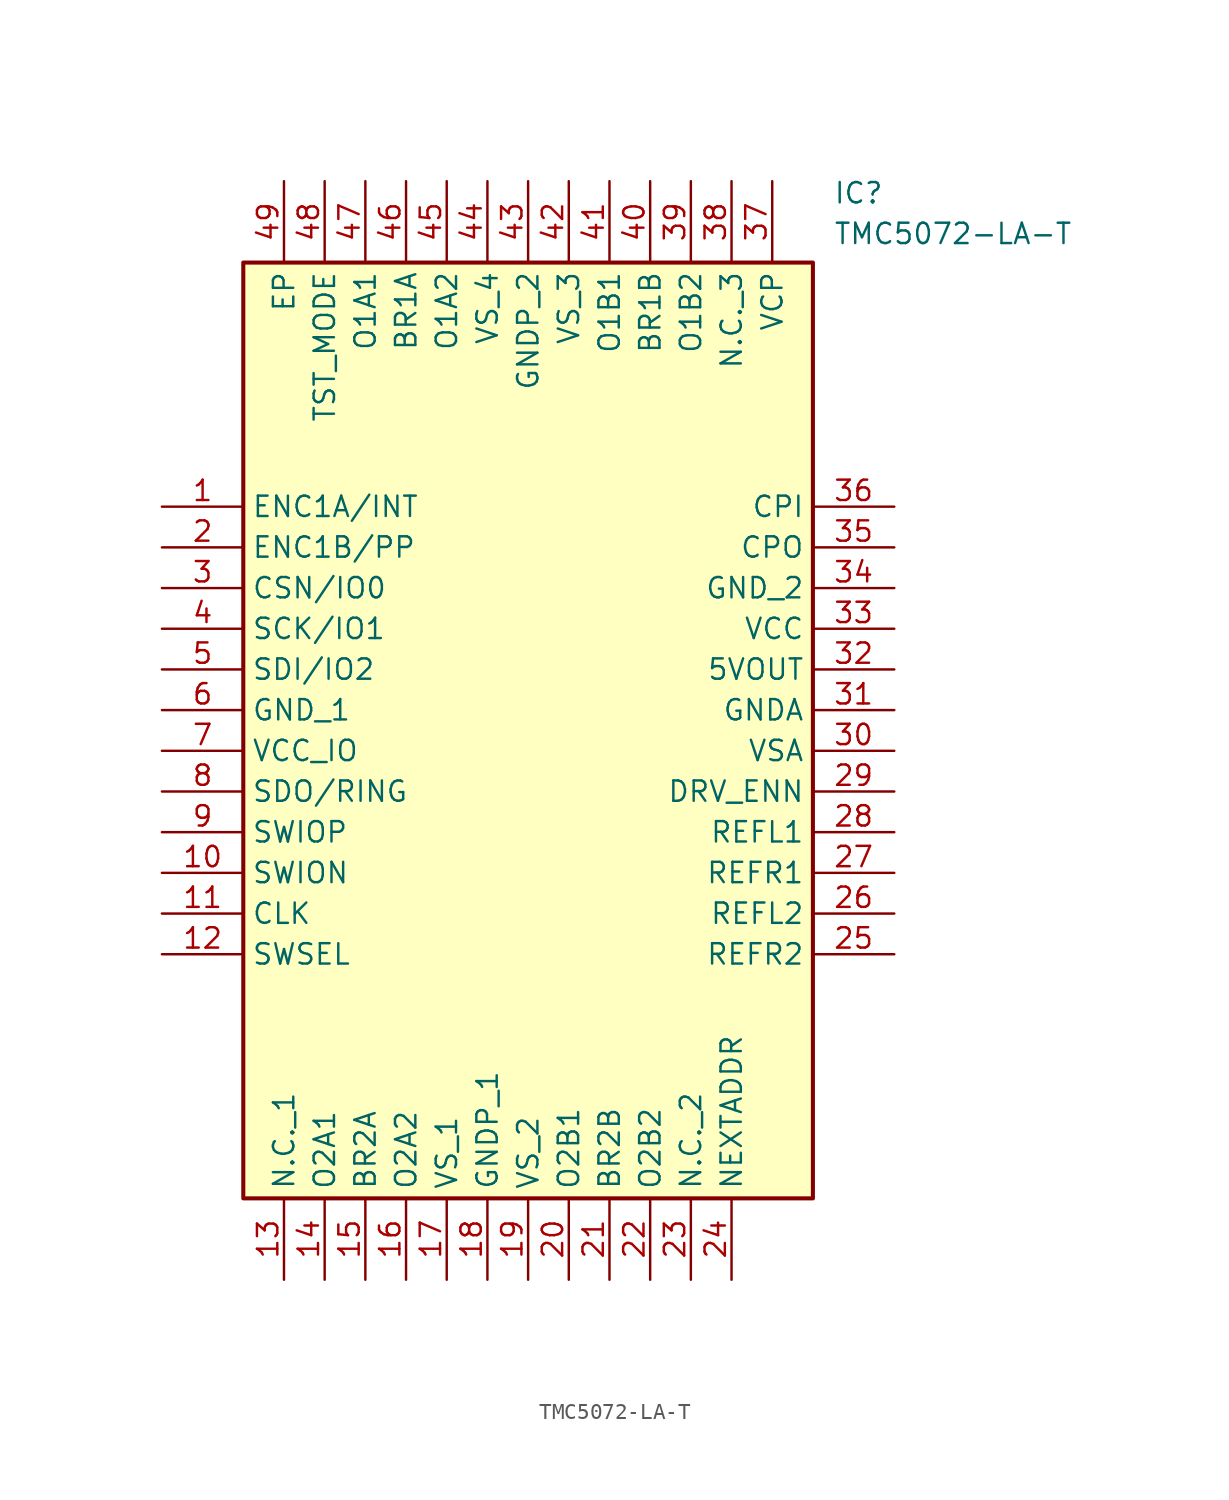
<source format=kicad_sym>
(kicad_symbol_lib
  (version 20211014)
  (generator SamacSys_ECAD_Model)
  (symbol "TMC5072-LA-T"
    (property "Reference" "IC"
      (at 41.91 20.32 0)
      (effects (font (size 1.27 1.27)) (justify left top)))
    (property "Value" "TMC5072-LA-T"
      (at 41.91 17.78 0)
      (effects (font (size 1.27 1.27)) (justify left top)))
    (rectangle
      (start 5.08 15.24)
      (end 40.64 -43.18)
      (stroke (width 0.254) (type default))
      (fill (type background)))
    (pin passive line
      (at 0 0 0)
      (length 5.08)
      (name "ENC1A/INT" (effects (font (size 1.27 1.27))))
      (number "1" (effects (font (size 1.27 1.27)))))
    (pin passive line
      (at 0 -2.54 0)
      (length 5.08)
      (name "ENC1B/PP" (effects (font (size 1.27 1.27))))
      (number "2" (effects (font (size 1.27 1.27)))))
    (pin passive line
      (at 0 -5.08 0)
      (length 5.08)
      (name "CSN/IO0" (effects (font (size 1.27 1.27))))
      (number "3" (effects (font (size 1.27 1.27)))))
    (pin passive line
      (at 0 -7.62 0)
      (length 5.08)
      (name "SCK/IO1" (effects (font (size 1.27 1.27))))
      (number "4" (effects (font (size 1.27 1.27)))))
    (pin passive line
      (at 0 -10.16 0)
      (length 5.08)
      (name "SDI/IO2" (effects (font (size 1.27 1.27))))
      (number "5" (effects (font (size 1.27 1.27)))))
    (pin passive line
      (at 0 -12.7 0)
      (length 5.08)
      (name "GND_1" (effects (font (size 1.27 1.27))))
      (number "6" (effects (font (size 1.27 1.27)))))
    (pin passive line
      (at 0 -15.24 0)
      (length 5.08)
      (name "VCC_IO" (effects (font (size 1.27 1.27))))
      (number "7" (effects (font (size 1.27 1.27)))))
    (pin passive line
      (at 0 -17.78 0)
      (length 5.08)
      (name "SDO/RING" (effects (font (size 1.27 1.27))))
      (number "8" (effects (font (size 1.27 1.27)))))
    (pin passive line
      (at 0 -20.32 0)
      (length 5.08)
      (name "SWIOP" (effects (font (size 1.27 1.27))))
      (number "9" (effects (font (size 1.27 1.27)))))
    (pin passive line
      (at 0 -22.86 0)
      (length 5.08)
      (name "SWION" (effects (font (size 1.27 1.27))))
      (number "10" (effects (font (size 1.27 1.27)))))
    (pin passive line
      (at 0 -25.4 0)
      (length 5.08)
      (name "CLK" (effects (font (size 1.27 1.27))))
      (number "11" (effects (font (size 1.27 1.27)))))
    (pin passive line
      (at 0 -27.94 0)
      (length 5.08)
      (name "SWSEL" (effects (font (size 1.27 1.27))))
      (number "12" (effects (font (size 1.27 1.27)))))
    (pin passive line
      (at 7.62 -48.26 90)
      (length 5.08)
      (name "N.C._1" (effects (font (size 1.27 1.27))))
      (number "13" (effects (font (size 1.27 1.27)))))
    (pin passive line
      (at 10.16 -48.26 90)
      (length 5.08)
      (name "O2A1" (effects (font (size 1.27 1.27))))
      (number "14" (effects (font (size 1.27 1.27)))))
    (pin passive line
      (at 12.7 -48.26 90)
      (length 5.08)
      (name "BR2A" (effects (font (size 1.27 1.27))))
      (number "15" (effects (font (size 1.27 1.27)))))
    (pin passive line
      (at 15.24 -48.26 90)
      (length 5.08)
      (name "O2A2" (effects (font (size 1.27 1.27))))
      (number "16" (effects (font (size 1.27 1.27)))))
    (pin passive line
      (at 17.78 -48.26 90)
      (length 5.08)
      (name "VS_1" (effects (font (size 1.27 1.27))))
      (number "17" (effects (font (size 1.27 1.27)))))
    (pin passive line
      (at 20.32 -48.26 90)
      (length 5.08)
      (name "GNDP_1" (effects (font (size 1.27 1.27))))
      (number "18" (effects (font (size 1.27 1.27)))))
    (pin passive line
      (at 22.86 -48.26 90)
      (length 5.08)
      (name "VS_2" (effects (font (size 1.27 1.27))))
      (number "19" (effects (font (size 1.27 1.27)))))
    (pin passive line
      (at 25.4 -48.26 90)
      (length 5.08)
      (name "O2B1" (effects (font (size 1.27 1.27))))
      (number "20" (effects (font (size 1.27 1.27)))))
    (pin passive line
      (at 27.94 -48.26 90)
      (length 5.08)
      (name "BR2B" (effects (font (size 1.27 1.27))))
      (number "21" (effects (font (size 1.27 1.27)))))
    (pin passive line
      (at 30.48 -48.26 90)
      (length 5.08)
      (name "O2B2" (effects (font (size 1.27 1.27))))
      (number "22" (effects (font (size 1.27 1.27)))))
    (pin passive line
      (at 33.02 -48.26 90)
      (length 5.08)
      (name "N.C._2" (effects (font (size 1.27 1.27))))
      (number "23" (effects (font (size 1.27 1.27)))))
    (pin passive line
      (at 35.56 -48.26 90)
      (length 5.08)
      (name "NEXTADDR" (effects (font (size 1.27 1.27))))
      (number "24" (effects (font (size 1.27 1.27)))))
    (pin passive line
      (at 45.72 0 180)
      (length 5.08)
      (name "CPI" (effects (font (size 1.27 1.27))))
      (number "36" (effects (font (size 1.27 1.27)))))
    (pin passive line
      (at 45.72 -2.54 180)
      (length 5.08)
      (name "CPO" (effects (font (size 1.27 1.27))))
      (number "35" (effects (font (size 1.27 1.27)))))
    (pin passive line
      (at 45.72 -5.08 180)
      (length 5.08)
      (name "GND_2" (effects (font (size 1.27 1.27))))
      (number "34" (effects (font (size 1.27 1.27)))))
    (pin passive line
      (at 45.72 -7.62 180)
      (length 5.08)
      (name "VCC" (effects (font (size 1.27 1.27))))
      (number "33" (effects (font (size 1.27 1.27)))))
    (pin passive line
      (at 45.72 -10.16 180)
      (length 5.08)
      (name "5VOUT" (effects (font (size 1.27 1.27))))
      (number "32" (effects (font (size 1.27 1.27)))))
    (pin passive line
      (at 45.72 -12.7 180)
      (length 5.08)
      (name "GNDA" (effects (font (size 1.27 1.27))))
      (number "31" (effects (font (size 1.27 1.27)))))
    (pin passive line
      (at 45.72 -15.24 180)
      (length 5.08)
      (name "VSA" (effects (font (size 1.27 1.27))))
      (number "30" (effects (font (size 1.27 1.27)))))
    (pin passive line
      (at 45.72 -17.78 180)
      (length 5.08)
      (name "DRV_ENN" (effects (font (size 1.27 1.27))))
      (number "29" (effects (font (size 1.27 1.27)))))
    (pin passive line
      (at 45.72 -20.32 180)
      (length 5.08)
      (name "REFL1" (effects (font (size 1.27 1.27))))
      (number "28" (effects (font (size 1.27 1.27)))))
    (pin passive line
      (at 45.72 -22.86 180)
      (length 5.08)
      (name "REFR1" (effects (font (size 1.27 1.27))))
      (number "27" (effects (font (size 1.27 1.27)))))
    (pin passive line
      (at 45.72 -25.4 180)
      (length 5.08)
      (name "REFL2" (effects (font (size 1.27 1.27))))
      (number "26" (effects (font (size 1.27 1.27)))))
    (pin passive line
      (at 45.72 -27.94 180)
      (length 5.08)
      (name "REFR2" (effects (font (size 1.27 1.27))))
      (number "25" (effects (font (size 1.27 1.27)))))
    (pin passive line
      (at 7.62 20.32 270)
      (length 5.08)
      (name "EP" (effects (font (size 1.27 1.27))))
      (number "49" (effects (font (size 1.27 1.27)))))
    (pin passive line
      (at 10.16 20.32 270)
      (length 5.08)
      (name "TST_MODE" (effects (font (size 1.27 1.27))))
      (number "48" (effects (font (size 1.27 1.27)))))
    (pin passive line
      (at 12.7 20.32 270)
      (length 5.08)
      (name "O1A1" (effects (font (size 1.27 1.27))))
      (number "47" (effects (font (size 1.27 1.27)))))
    (pin passive line
      (at 15.24 20.32 270)
      (length 5.08)
      (name "BR1A" (effects (font (size 1.27 1.27))))
      (number "46" (effects (font (size 1.27 1.27)))))
    (pin passive line
      (at 17.78 20.32 270)
      (length 5.08)
      (name "O1A2" (effects (font (size 1.27 1.27))))
      (number "45" (effects (font (size 1.27 1.27)))))
    (pin passive line
      (at 20.32 20.32 270)
      (length 5.08)
      (name "VS_4" (effects (font (size 1.27 1.27))))
      (number "44" (effects (font (size 1.27 1.27)))))
    (pin passive line
      (at 22.86 20.32 270)
      (length 5.08)
      (name "GNDP_2" (effects (font (size 1.27 1.27))))
      (number "43" (effects (font (size 1.27 1.27)))))
    (pin passive line
      (at 25.4 20.32 270)
      (length 5.08)
      (name "VS_3" (effects (font (size 1.27 1.27))))
      (number "42" (effects (font (size 1.27 1.27)))))
    (pin passive line
      (at 27.94 20.32 270)
      (length 5.08)
      (name "O1B1" (effects (font (size 1.27 1.27))))
      (number "41" (effects (font (size 1.27 1.27)))))
    (pin passive line
      (at 30.48 20.32 270)
      (length 5.08)
      (name "BR1B" (effects (font (size 1.27 1.27))))
      (number "40" (effects (font (size 1.27 1.27)))))
    (pin passive line
      (at 33.02 20.32 270)
      (length 5.08)
      (name "O1B2" (effects (font (size 1.27 1.27))))
      (number "39" (effects (font (size 1.27 1.27)))))
    (pin passive line
      (at 35.56 20.32 270)
      (length 5.08)
      (name "N.C._3" (effects (font (size 1.27 1.27))))
      (number "38" (effects (font (size 1.27 1.27)))))
    (pin passive line
      (at 38.1 20.32 270)
      (length 5.08)
      (name "VCP" (effects (font (size 1.27 1.27))))
      (number "37" (effects (font (size 1.27 1.27)))))))
</source>
